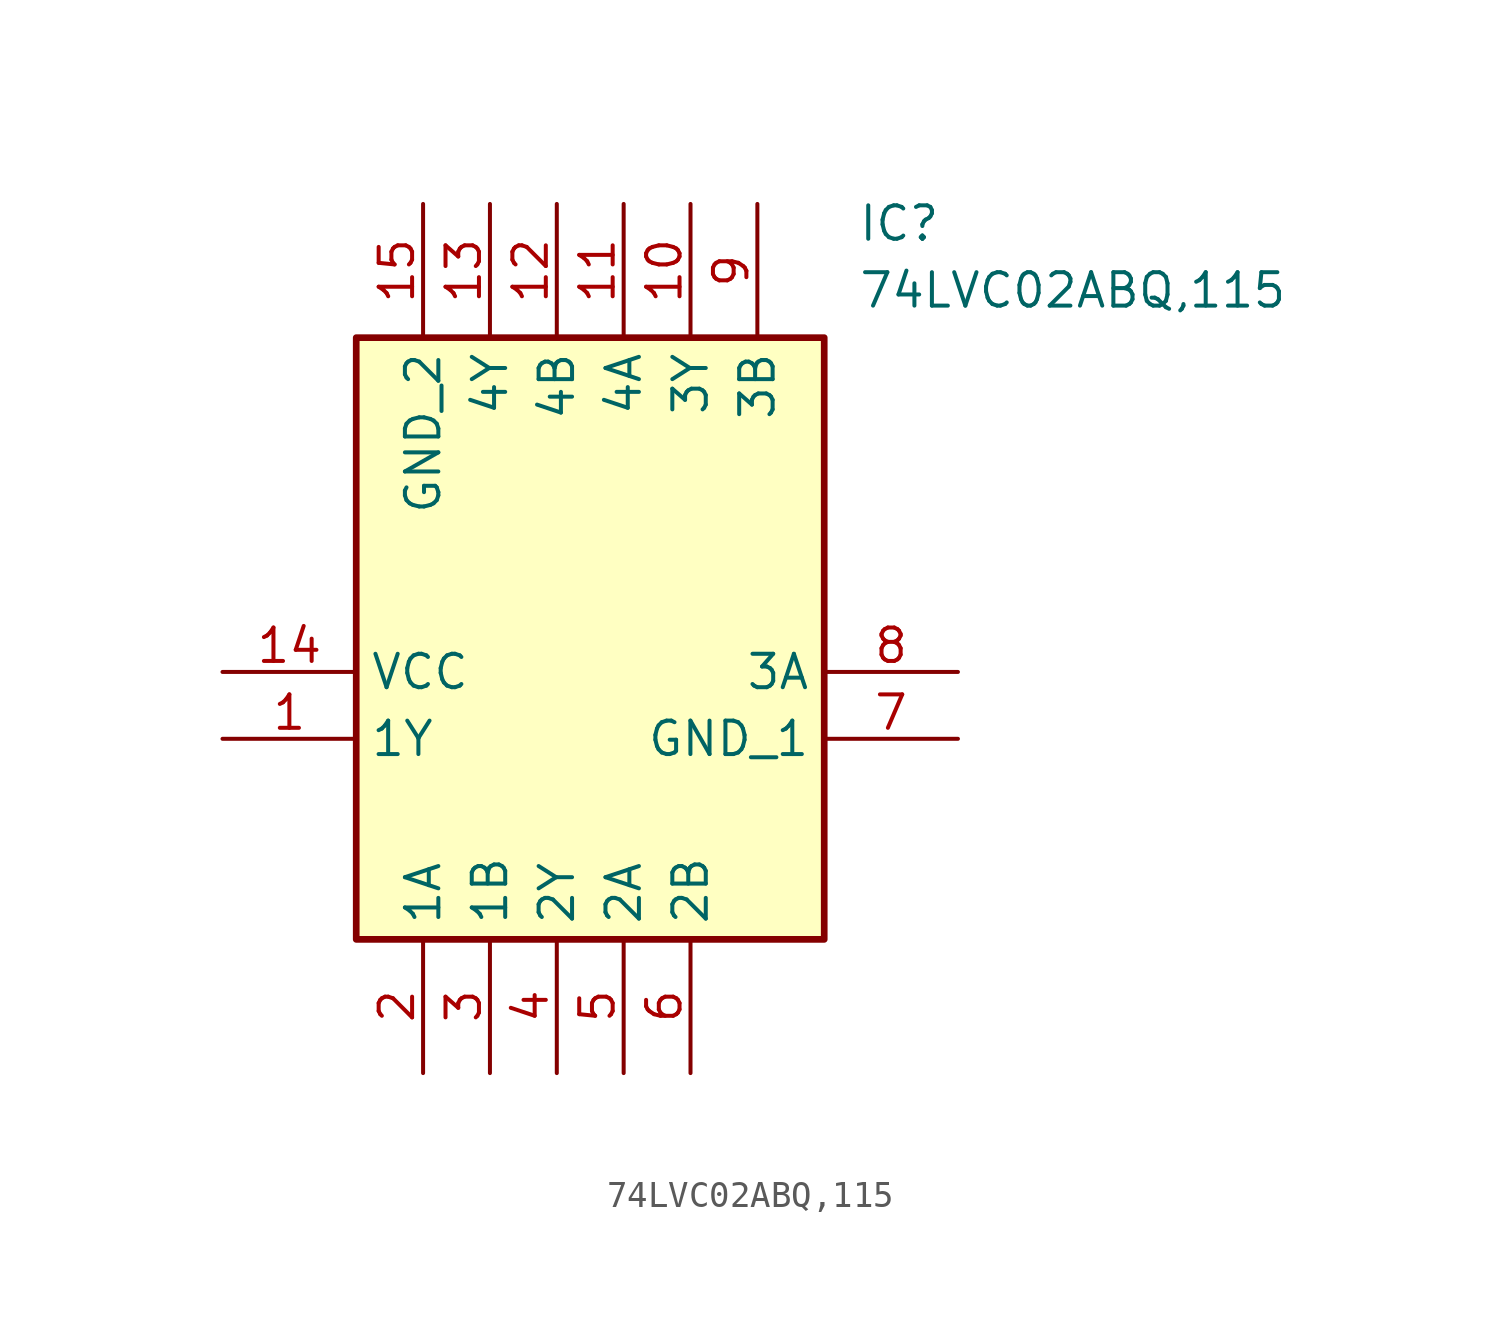
<source format=kicad_sym>
(kicad_symbol_lib
  (version 20211014)
  (generator SamacSys_ECAD_Model)
  (symbol "74LVC02ABQ,115"
    (property "Reference" "IC"
      (at 24.13 17.78 0)
      (effects (font (size 1.27 1.27)) (justify left top)))
    (property "Value" "74LVC02ABQ,115"
      (at 24.13 15.24 0)
      (effects (font (size 1.27 1.27)) (justify left top)))
    (rectangle
      (start 5.08 12.7)
      (end 22.86 -10.16)
      (stroke (width 0.254) (type default))
      (fill (type background)))
    (pin passive line
      (at 0 -2.54 0)
      (length 5.08)
      (name "1Y" (effects (font (size 1.27 1.27))))
      (number "1" (effects (font (size 1.27 1.27)))))
    (pin passive line
      (at 7.62 -15.24 90)
      (length 5.08)
      (name "1A" (effects (font (size 1.27 1.27))))
      (number "2" (effects (font (size 1.27 1.27)))))
    (pin passive line
      (at 10.16 -15.24 90)
      (length 5.08)
      (name "1B" (effects (font (size 1.27 1.27))))
      (number "3" (effects (font (size 1.27 1.27)))))
    (pin passive line
      (at 12.7 -15.24 90)
      (length 5.08)
      (name "2Y" (effects (font (size 1.27 1.27))))
      (number "4" (effects (font (size 1.27 1.27)))))
    (pin passive line
      (at 15.24 -15.24 90)
      (length 5.08)
      (name "2A" (effects (font (size 1.27 1.27))))
      (number "5" (effects (font (size 1.27 1.27)))))
    (pin passive line
      (at 17.78 -15.24 90)
      (length 5.08)
      (name "2B" (effects (font (size 1.27 1.27))))
      (number "6" (effects (font (size 1.27 1.27)))))
    (pin passive line
      (at 27.94 -2.54 180)
      (length 5.08)
      (name "GND_1" (effects (font (size 1.27 1.27))))
      (number "7" (effects (font (size 1.27 1.27)))))
    (pin passive line
      (at 27.94 0 180)
      (length 5.08)
      (name "3A" (effects (font (size 1.27 1.27))))
      (number "8" (effects (font (size 1.27 1.27)))))
    (pin passive line
      (at 20.32 17.78 270)
      (length 5.08)
      (name "3B" (effects (font (size 1.27 1.27))))
      (number "9" (effects (font (size 1.27 1.27)))))
    (pin passive line
      (at 17.78 17.78 270)
      (length 5.08)
      (name "3Y" (effects (font (size 1.27 1.27))))
      (number "10" (effects (font (size 1.27 1.27)))))
    (pin passive line
      (at 15.24 17.78 270)
      (length 5.08)
      (name "4A" (effects (font (size 1.27 1.27))))
      (number "11" (effects (font (size 1.27 1.27)))))
    (pin passive line
      (at 12.7 17.78 270)
      (length 5.08)
      (name "4B" (effects (font (size 1.27 1.27))))
      (number "12" (effects (font (size 1.27 1.27)))))
    (pin passive line
      (at 10.16 17.78 270)
      (length 5.08)
      (name "4Y" (effects (font (size 1.27 1.27))))
      (number "13" (effects (font (size 1.27 1.27)))))
    (pin passive line
      (at 0 0 0)
      (length 5.08)
      (name "VCC" (effects (font (size 1.27 1.27))))
      (number "14" (effects (font (size 1.27 1.27)))))
    (pin passive line
      (at 7.62 17.78 270)
      (length 5.08)
      (name "GND_2" (effects (font (size 1.27 1.27))))
      (number "15" (effects (font (size 1.27 1.27)))))))
</source>
